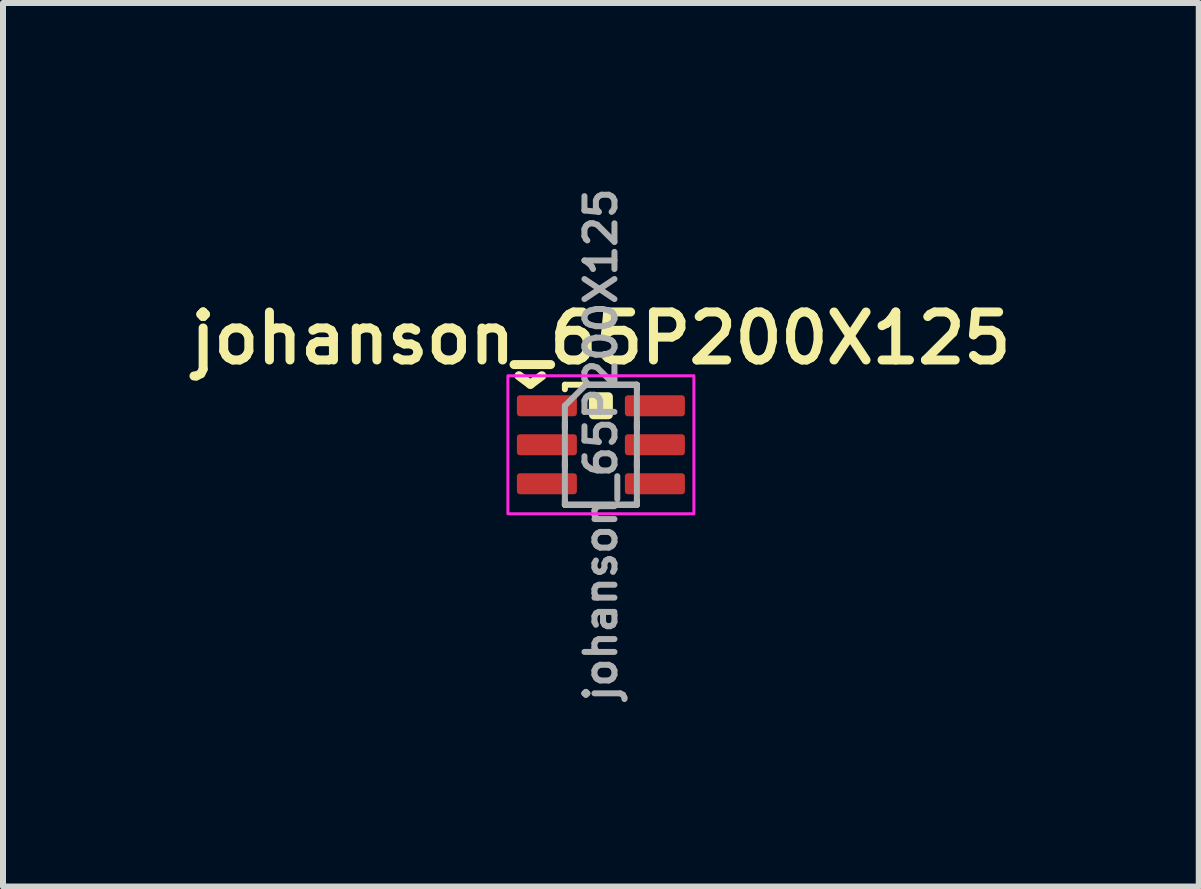
<source format=kicad_pcb>
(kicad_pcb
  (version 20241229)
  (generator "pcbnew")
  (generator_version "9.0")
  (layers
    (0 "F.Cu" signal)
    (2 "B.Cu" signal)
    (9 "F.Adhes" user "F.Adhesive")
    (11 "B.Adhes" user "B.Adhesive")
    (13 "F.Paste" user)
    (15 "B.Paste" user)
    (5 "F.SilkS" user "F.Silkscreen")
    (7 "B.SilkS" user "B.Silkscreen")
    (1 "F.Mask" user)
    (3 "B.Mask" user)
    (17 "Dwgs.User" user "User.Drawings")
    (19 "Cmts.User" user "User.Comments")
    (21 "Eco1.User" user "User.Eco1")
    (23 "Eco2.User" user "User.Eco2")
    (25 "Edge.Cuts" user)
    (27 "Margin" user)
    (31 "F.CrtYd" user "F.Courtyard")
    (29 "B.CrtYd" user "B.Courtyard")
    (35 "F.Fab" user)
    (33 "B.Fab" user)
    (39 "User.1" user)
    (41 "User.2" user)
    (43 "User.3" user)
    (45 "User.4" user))
  (footprint "johanson_65P200X125"
    (layer "F.Cu")
    (at 6.964 4.362)
    (property "Reference" "johanson_65P200X125" (at 0 -1.775 0) (layer "F.SilkS") (effects (font (size 0.8 0.8) (thickness 0.15))))
    (attr smd)
    (fp_line (start -0.6 -1) (end -0.6 -0.925) (stroke (width 0.1) (type solid)) (layer "F.SilkS"))
    (fp_line (start -0.6 -0.375) (end -0.6 -0.275) (stroke (width 0.1) (type default)) (layer "F.SilkS"))
    (fp_line (start -0.6 0.275) (end -0.6 0.375) (stroke (width 0.1) (type default)) (layer "F.SilkS"))
    (fp_line (start -0.6 0.925) (end -0.6 1) (stroke (width 0.1) (type solid)) (layer "F.SilkS"))
    (fp_line (start 0.6 -1) (end -0.6 -1) (stroke (width 0.1) (type solid)) (layer "F.SilkS"))
    (fp_line (start 0.6 -1) (end 0.6 -0.925) (stroke (width 0.1) (type solid)) (layer "F.SilkS"))
    (fp_line (start 0.6 -0.275) (end 0.6 -0.375) (stroke (width 0.1) (type default)) (layer "F.SilkS"))
    (fp_line (start 0.6 0.375) (end 0.6 0.275) (stroke (width 0.1) (type default)) (layer "F.SilkS"))
    (fp_line (start 0.6 1) (end -0.6 1) (stroke (width 0.1) (type solid)) (layer "F.SilkS"))
    (fp_line (start 0.6 1) (end 0.6 0.925) (stroke (width 0.1) (type solid)) (layer "F.SilkS"))
    (fp_rect (start -0.125 -0.8) (end 0.125 -0.5) (stroke (width 0.15) (type solid)) (fill yes) (layer "F.SilkS"))
    (fp_poly (pts (xy -1.55 1.15) (xy 1.55 1.15) (xy 1.55 -1.15) (xy -1.55 -1.15)) (stroke (width 0.05) (type solid)) (fill no) (layer "F.CrtYd"))
    (fp_line (start -0.6 -0.65) (end -0.25 -1) (stroke (width 0.1) (type solid)) (layer "F.Fab"))
    (fp_line (start -0.6 1) (end -0.6 -0.65) (stroke (width 0.1) (type solid)) (layer "F.Fab"))
    (fp_line (start -0.25 -1) (end 0.6 -1) (stroke (width 0.1) (type solid)) (layer "F.Fab"))
    (fp_line (start 0.6 -1) (end 0.6 1) (stroke (width 0.1) (type solid)) (layer "F.Fab"))
    (fp_line (start 0.6 1) (end -0.6 1) (stroke (width 0.1) (type solid)) (layer "F.Fab"))
    (fp_text user "^" (at -1.175 -1.6 180) (unlocked yes) (layer "F.SilkS") (effects (font (size 1 1) (thickness 0.15))))
    (fp_text user "${REFERENCE}" (at 0 0 270) (layer "F.Fab") (effects (font (size 0.5 0.5) (thickness 0.1) (bold yes))))
    (pad "1" smd roundrect (at -0.9 -0.65 270) (size 0.35 1) (layers "F.Cu" "F.Mask" "F.Paste") (roundrect_rratio 0.143))
    (pad "2" smd roundrect (at -0.9 0 270) (size 0.35 1) (layers "F.Cu" "F.Mask" "F.Paste") (roundrect_rratio 0.143))
    (pad "3" smd roundrect (at -0.9 0.65 270) (size 0.35 1) (layers "F.Cu" "F.Mask" "F.Paste") (roundrect_rratio 0.143))
    (pad "4" smd roundrect (at 0.9 0.65 270) (size 0.35 1) (layers "F.Cu" "F.Mask" "F.Paste") (roundrect_rratio 0.143))
    (pad "5" smd roundrect (at 0.9 0 270) (size 0.35 1) (layers "F.Cu" "F.Mask" "F.Paste") (roundrect_rratio 0.143))
    (pad "6" smd roundrect (at 0.9 -0.65 270) (size 0.35 1) (layers "F.Cu" "F.Mask" "F.Paste") (roundrect_rratio 0.143)))
  (gr_rect
    (start -3 -3)
    (end 16.928 11.724)
    (stroke (width 0.1) (type default))
    (fill no)
    (layer "Edge.Cuts")))
</source>
